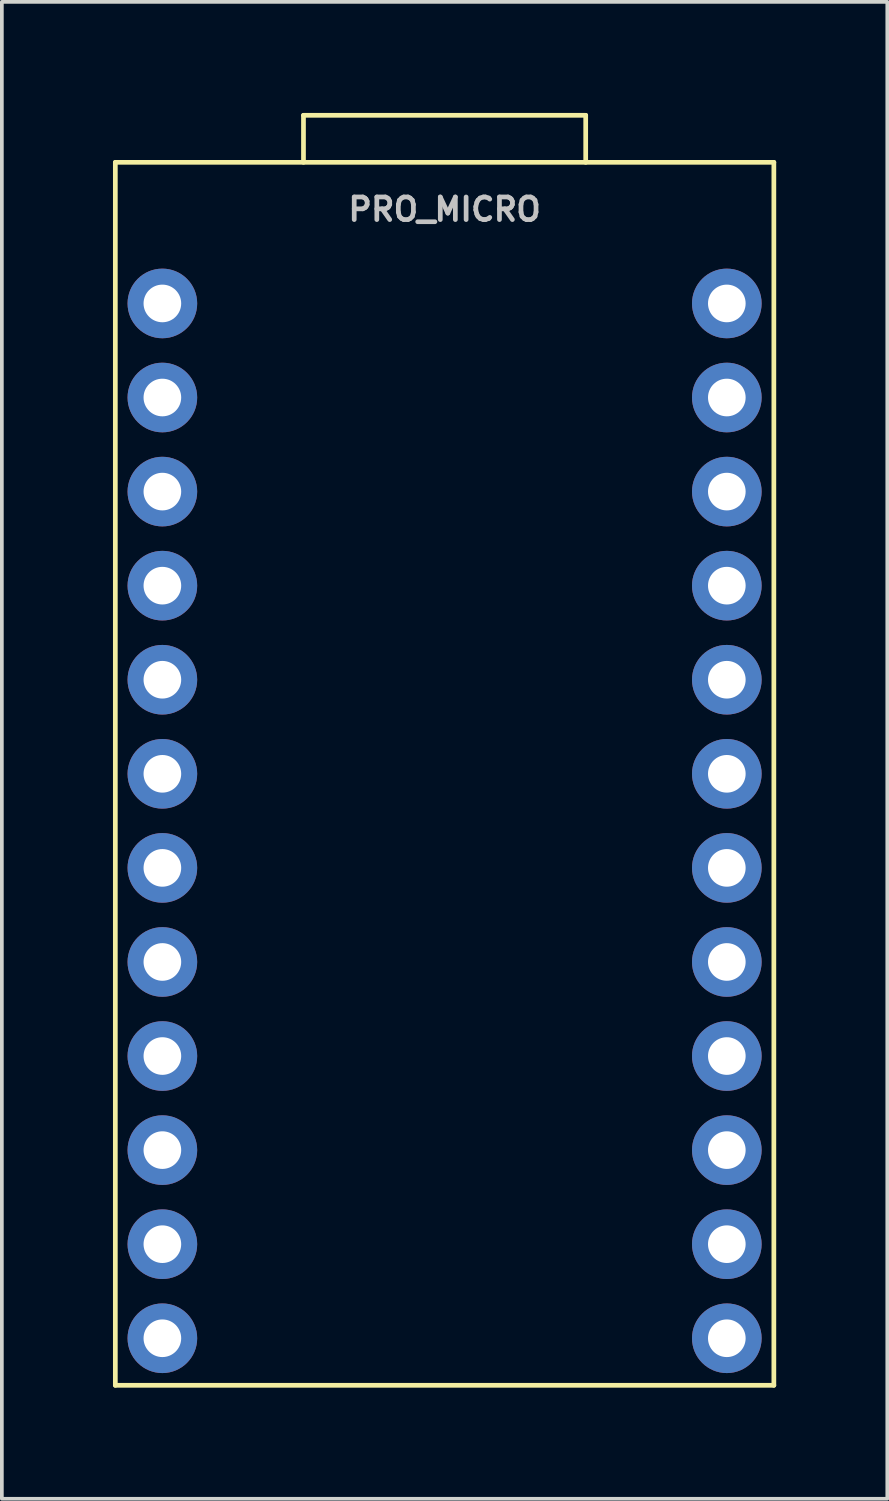
<source format=kicad_pcb>
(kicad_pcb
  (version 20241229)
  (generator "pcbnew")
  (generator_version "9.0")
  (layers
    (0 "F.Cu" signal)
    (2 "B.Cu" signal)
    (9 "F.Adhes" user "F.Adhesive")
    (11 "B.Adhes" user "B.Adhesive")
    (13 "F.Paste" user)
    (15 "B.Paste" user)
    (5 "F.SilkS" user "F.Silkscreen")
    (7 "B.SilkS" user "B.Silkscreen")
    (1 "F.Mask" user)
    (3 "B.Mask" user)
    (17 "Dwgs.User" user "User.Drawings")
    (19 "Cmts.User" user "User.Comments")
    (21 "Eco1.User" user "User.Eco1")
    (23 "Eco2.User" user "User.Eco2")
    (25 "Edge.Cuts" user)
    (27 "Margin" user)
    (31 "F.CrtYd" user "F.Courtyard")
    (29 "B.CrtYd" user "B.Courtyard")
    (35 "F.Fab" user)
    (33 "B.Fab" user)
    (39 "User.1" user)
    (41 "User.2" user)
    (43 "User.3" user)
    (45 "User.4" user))
  (footprint "PRO_MICRO"
    (layer "F.Cu")
    (at 8.954 17.843)
    (property "Reference" "PRO_MICRO" (at 0 -15.24 0) (layer "Dwgs.User") (effects (font (size 0.61 0.61) (thickness 0.127))))
    (attr exclude_from_pos_files exclude_from_bom)
    (fp_line (start -8.89 -16.51) (end -8.89 16.51) (stroke (width 0.127) (type solid)) (layer "F.SilkS"))
    (fp_line (start -8.89 16.51) (end 8.89 16.51) (stroke (width 0.127) (type solid)) (layer "F.SilkS"))
    (fp_line (start -3.81 -17.78) (end 3.81 -17.78) (stroke (width 0.127) (type solid)) (layer "F.SilkS"))
    (fp_line (start -3.81 -16.51) (end -3.81 -17.78) (stroke (width 0.127) (type solid)) (layer "F.SilkS"))
    (fp_line (start 3.81 -17.78) (end 3.81 -16.51) (stroke (width 0.127) (type solid)) (layer "F.SilkS"))
    (fp_line (start 8.89 -16.51) (end -8.89 -16.51) (stroke (width 0.127) (type solid)) (layer "F.SilkS"))
    (fp_line (start 8.89 16.51) (end 8.89 -16.51) (stroke (width 0.127) (type solid)) (layer "F.SilkS"))
    (pad "1" thru_hole circle (at -7.62 -12.7) (size 1.88 1.88) (drill 1.016) (layers "*.Cu" "*.Mask"))
    (pad "2" thru_hole circle (at -7.62 -10.16) (size 1.88 1.88) (drill 1.016) (layers "*.Cu" "*.Mask"))
    (pad "3" thru_hole circle (at -7.62 -7.62) (size 1.88 1.88) (drill 1.016) (layers "*.Cu" "*.Mask"))
    (pad "4" thru_hole circle (at -7.62 -5.08) (size 1.88 1.88) (drill 1.016) (layers "*.Cu" "*.Mask"))
    (pad "5" thru_hole circle (at -7.62 -2.54) (size 1.88 1.88) (drill 1.016) (layers "*.Cu" "*.Mask"))
    (pad "6" thru_hole circle (at -7.62 0) (size 1.88 1.88) (drill 1.016) (layers "*.Cu" "*.Mask"))
    (pad "7" thru_hole circle (at -7.62 2.54) (size 1.88 1.88) (drill 1.016) (layers "*.Cu" "*.Mask"))
    (pad "8" thru_hole circle (at -7.62 5.08) (size 1.88 1.88) (drill 1.016) (layers "*.Cu" "*.Mask"))
    (pad "9" thru_hole circle (at -7.62 7.62) (size 1.88 1.88) (drill 1.016) (layers "*.Cu" "*.Mask"))
    (pad "10" thru_hole circle (at -7.62 10.16) (size 1.88 1.88) (drill 1.016) (layers "*.Cu" "*.Mask"))
    (pad "11" thru_hole circle (at -7.62 12.7) (size 1.88 1.88) (drill 1.016) (layers "*.Cu" "*.Mask"))
    (pad "12" thru_hole circle (at -7.62 15.24) (size 1.88 1.88) (drill 1.016) (layers "*.Cu" "*.Mask"))
    (pad "13" thru_hole circle (at 7.62 15.24) (size 1.88 1.88) (drill 1.016) (layers "*.Cu" "*.Mask"))
    (pad "14" thru_hole circle (at 7.62 12.7) (size 1.88 1.88) (drill 1.016) (layers "*.Cu" "*.Mask"))
    (pad "15" thru_hole circle (at 7.62 10.16) (size 1.88 1.88) (drill 1.016) (layers "*.Cu" "*.Mask"))
    (pad "16" thru_hole circle (at 7.62 7.62) (size 1.88 1.88) (drill 1.016) (layers "*.Cu" "*.Mask"))
    (pad "17" thru_hole circle (at 7.62 5.08) (size 1.88 1.88) (drill 1.016) (layers "*.Cu" "*.Mask"))
    (pad "18" thru_hole circle (at 7.62 2.54) (size 1.88 1.88) (drill 1.016) (layers "*.Cu" "*.Mask"))
    (pad "19" thru_hole circle (at 7.62 0) (size 1.88 1.88) (drill 1.016) (layers "*.Cu" "*.Mask"))
    (pad "20" thru_hole circle (at 7.62 -2.54) (size 1.88 1.88) (drill 1.016) (layers "*.Cu" "*.Mask"))
    (pad "21" thru_hole circle (at 7.62 -5.08) (size 1.88 1.88) (drill 1.016) (layers "*.Cu" "*.Mask"))
    (pad "22" thru_hole circle (at 7.62 -7.62) (size 1.88 1.88) (drill 1.016) (layers "*.Cu" "*.Mask"))
    (pad "23" thru_hole circle (at 7.62 -10.16) (size 1.88 1.88) (drill 1.016) (layers "*.Cu" "*.Mask"))
    (pad "24" thru_hole circle (at 7.62 -12.7) (size 1.88 1.88) (drill 1.016) (layers "*.Cu" "*.Mask")))
  (gr_rect
    (start -3 -3)
    (end 20.907 37.417)
    (stroke (width 0.1) (type default))
    (fill no)
    (layer "Edge.Cuts")))
</source>
